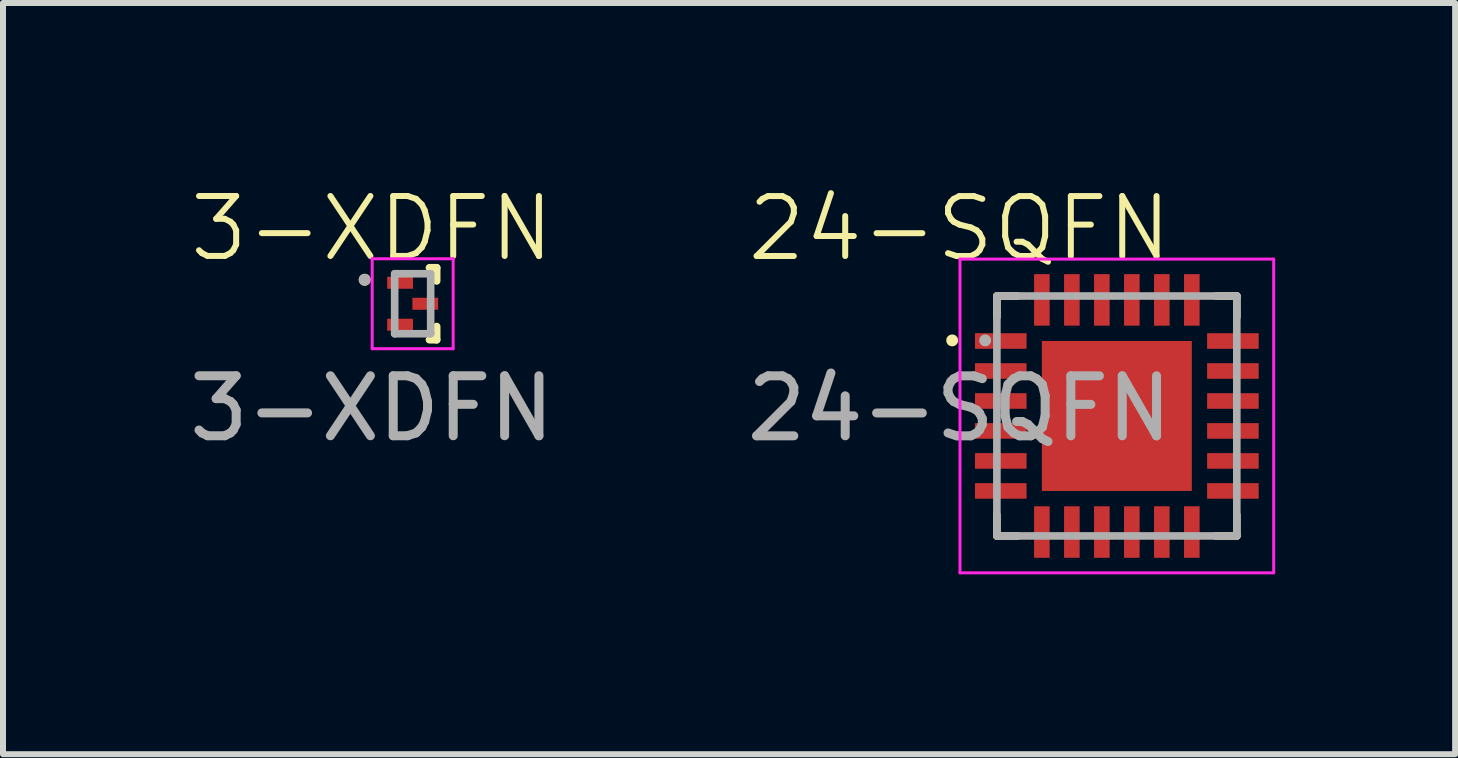
<source format=kicad_pcb>
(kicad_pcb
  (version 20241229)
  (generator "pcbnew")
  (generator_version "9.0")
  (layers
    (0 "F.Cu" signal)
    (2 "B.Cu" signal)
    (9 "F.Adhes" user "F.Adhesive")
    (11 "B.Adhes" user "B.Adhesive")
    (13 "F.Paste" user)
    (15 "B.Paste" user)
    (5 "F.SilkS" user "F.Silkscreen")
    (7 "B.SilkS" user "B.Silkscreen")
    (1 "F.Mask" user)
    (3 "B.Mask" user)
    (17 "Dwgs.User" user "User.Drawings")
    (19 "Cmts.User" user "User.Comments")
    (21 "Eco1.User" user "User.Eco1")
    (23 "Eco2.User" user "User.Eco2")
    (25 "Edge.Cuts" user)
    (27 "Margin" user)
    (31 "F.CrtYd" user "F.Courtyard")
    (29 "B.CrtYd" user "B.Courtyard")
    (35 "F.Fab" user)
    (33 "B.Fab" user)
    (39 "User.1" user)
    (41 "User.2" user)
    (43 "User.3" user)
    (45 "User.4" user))
  (footprint "24-SQFN"
    (layer "F.Cu")
    (at 15.57 3.885)
    (property "Reference" "24-SQFN" (at -2.624 -3.124 0) (unlocked yes) (layer "F.SilkS") (effects (font (size 1 1) (thickness 0.1))))
    (attr smd)
    (fp_line (start -2 -2) (end -2 -1.65) (stroke (width 0.127) (type solid)) (layer "F.SilkS"))
    (fp_line (start -2 -2) (end -1.65 -2) (stroke (width 0.127) (type solid)) (layer "F.SilkS"))
    (fp_line (start -2 2) (end -2 1.65) (stroke (width 0.127) (type solid)) (layer "F.SilkS"))
    (fp_line (start -2 2) (end -1.65 2) (stroke (width 0.127) (type solid)) (layer "F.SilkS"))
    (fp_line (start 2 -2) (end 1.65 -2) (stroke (width 0.127) (type solid)) (layer "F.SilkS"))
    (fp_line (start 2 -2) (end 2 -1.65) (stroke (width 0.127) (type solid)) (layer "F.SilkS"))
    (fp_line (start 2 2) (end 1.65 2) (stroke (width 0.127) (type solid)) (layer "F.SilkS"))
    (fp_line (start 2 2) (end 2 1.65) (stroke (width 0.127) (type solid)) (layer "F.SilkS"))
    (fp_circle (center -2.745 -1.26) (end -2.695 -1.26) (stroke (width 0.1) (type solid)) (fill no) (layer "F.SilkS"))
    (fp_poly (pts (xy -1.092 0.17) (xy -0.17 0.17) (xy -0.17 1.092) (xy -1.092 1.092)) (stroke (width 0.01) (type solid)) (fill yes) (layer "F.Paste"))
    (fp_poly (pts (xy -1.091 -1.09) (xy -0.17 -1.09) (xy -0.17 -0.17) (xy -1.091 -0.17)) (stroke (width 0.01) (type solid)) (fill yes) (layer "F.Paste"))
    (fp_poly (pts (xy 0.17 0.17) (xy 1.09 0.17) (xy 1.09 1.09) (xy 0.17 1.09)) (stroke (width 0.01) (type solid)) (fill yes) (layer "F.Paste"))
    (fp_poly (pts (xy 0.17 -1.09) (xy 1.09 -1.09) (xy 1.09 -0.17) (xy 0.17 -0.17)) (stroke (width 0.01) (type solid)) (fill yes) (layer "F.Paste"))
    (fp_line (start -2.615 -2.615) (end 2.615 -2.615) (stroke (width 0.05) (type solid)) (layer "F.CrtYd"))
    (fp_line (start -2.615 2.615) (end -2.615 -2.615) (stroke (width 0.05) (type solid)) (layer "F.CrtYd"))
    (fp_line (start -2.615 2.615) (end 2.615 2.615) (stroke (width 0.05) (type solid)) (layer "F.CrtYd"))
    (fp_line (start 2.615 2.615) (end 2.615 -2.615) (stroke (width 0.05) (type solid)) (layer "F.CrtYd"))
    (fp_line (start -2 2) (end -2 -2) (stroke (width 0.127) (type solid)) (layer "F.Fab"))
    (fp_line (start 2 -2) (end -2 -2) (stroke (width 0.127) (type solid)) (layer "F.Fab"))
    (fp_line (start 2 2) (end -2 2) (stroke (width 0.127) (type solid)) (layer "F.Fab"))
    (fp_line (start 2 2) (end 2 -2) (stroke (width 0.127) (type solid)) (layer "F.Fab"))
    (fp_circle (center -2.195 -1.26) (end -2.145 -1.26) (stroke (width 0.1) (type solid)) (fill no) (layer "F.Fab"))
    (fp_text user "${REFERENCE}" (at -2.624 -0.124 0) (unlocked yes) (layer "F.Fab") (effects (font (size 1 1) (thickness 0.15))))
    (pad "1" smd roundrect (at -1.935 -1.25) (size 0.86 0.26) (layers "F.Cu" "F.Mask" "F.Paste") (roundrect_rratio 0.01))
    (pad "2" smd roundrect (at -1.935 -0.75) (size 0.86 0.26) (layers "F.Cu" "F.Mask" "F.Paste") (roundrect_rratio 0.01))
    (pad "3" smd roundrect (at -1.935 -0.25) (size 0.86 0.26) (layers "F.Cu" "F.Mask" "F.Paste") (roundrect_rratio 0.01))
    (pad "4" smd roundrect (at -1.935 0.25) (size 0.86 0.26) (layers "F.Cu" "F.Mask" "F.Paste") (roundrect_rratio 0.01))
    (pad "5" smd roundrect (at -1.935 0.75) (size 0.86 0.26) (layers "F.Cu" "F.Mask" "F.Paste") (roundrect_rratio 0.01))
    (pad "6" smd roundrect (at -1.935 1.25) (size 0.86 0.26) (layers "F.Cu" "F.Mask" "F.Paste") (roundrect_rratio 0.01))
    (pad "7" smd roundrect (at -1.25 1.935 90) (size 0.86 0.26) (layers "F.Cu" "F.Mask" "F.Paste") (roundrect_rratio 0.01))
    (pad "8" smd roundrect (at -0.75 1.935 90) (size 0.86 0.26) (layers "F.Cu" "F.Mask" "F.Paste") (roundrect_rratio 0.01))
    (pad "9" smd roundrect (at -0.25 1.935 90) (size 0.86 0.26) (layers "F.Cu" "F.Mask" "F.Paste") (roundrect_rratio 0.01))
    (pad "10" smd roundrect (at 0.25 1.935 90) (size 0.86 0.26) (layers "F.Cu" "F.Mask" "F.Paste") (roundrect_rratio 0.01))
    (pad "11" smd roundrect (at 0.75 1.935 90) (size 0.86 0.26) (layers "F.Cu" "F.Mask" "F.Paste") (roundrect_rratio 0.01))
    (pad "12" smd roundrect (at 1.25 1.935 90) (size 0.86 0.26) (layers "F.Cu" "F.Mask" "F.Paste") (roundrect_rratio 0.01))
    (pad "13" smd roundrect (at 1.935 1.25) (size 0.86 0.26) (layers "F.Cu" "F.Mask" "F.Paste") (roundrect_rratio 0.01))
    (pad "14" smd roundrect (at 1.935 0.75) (size 0.86 0.26) (layers "F.Cu" "F.Mask" "F.Paste") (roundrect_rratio 0.01))
    (pad "15" smd roundrect (at 1.935 0.25) (size 0.86 0.26) (layers "F.Cu" "F.Mask" "F.Paste") (roundrect_rratio 0.01))
    (pad "16" smd roundrect (at 1.935 -0.25) (size 0.86 0.26) (layers "F.Cu" "F.Mask" "F.Paste") (roundrect_rratio 0.01))
    (pad "17" smd roundrect (at 1.935 -0.75) (size 0.86 0.26) (layers "F.Cu" "F.Mask" "F.Paste") (roundrect_rratio 0.01))
    (pad "18" smd roundrect (at 1.935 -1.25) (size 0.86 0.26) (layers "F.Cu" "F.Mask" "F.Paste") (roundrect_rratio 0.01))
    (pad "19" smd roundrect (at 1.25 -1.935 90) (size 0.86 0.26) (layers "F.Cu" "F.Mask" "F.Paste") (roundrect_rratio 0.01))
    (pad "20" smd roundrect (at 0.75 -1.935 90) (size 0.86 0.26) (layers "F.Cu" "F.Mask" "F.Paste") (roundrect_rratio 0.01))
    (pad "21" smd roundrect (at 0.25 -1.935 90) (size 0.86 0.26) (layers "F.Cu" "F.Mask" "F.Paste") (roundrect_rratio 0.01))
    (pad "22" smd roundrect (at -0.25 -1.935 90) (size 0.86 0.26) (layers "F.Cu" "F.Mask" "F.Paste") (roundrect_rratio 0.01))
    (pad "23" smd roundrect (at -0.75 -1.935 90) (size 0.86 0.26) (layers "F.Cu" "F.Mask" "F.Paste") (roundrect_rratio 0.01))
    (pad "24" smd roundrect (at -1.25 -1.935 90) (size 0.86 0.26) (layers "F.Cu" "F.Mask" "F.Paste") (roundrect_rratio 0.01))
    (pad "25" smd rect (at 0 0) (size 2.5 2.5) (layers "F.Cu" "F.Mask")))
  (footprint "3-XDFN"
    (layer "F.Cu")
    (at 3.825 2.014)
    (property "Reference" "3-XDFN" (at -0.676 -1.254 0) (unlocked yes) (layer "F.SilkS") (effects (font (size 1 1) (thickness 0.1))))
    (attr smd)
    (fp_line (start 0.405 -0.6) (end 0.285 -0.6) (stroke (width 0.127) (type solid)) (layer "F.SilkS"))
    (fp_line (start 0.405 -0.38) (end 0.405 -0.6) (stroke (width 0.127) (type solid)) (layer "F.SilkS"))
    (fp_line (start 0.405 0.38) (end 0.405 0.6) (stroke (width 0.127) (type solid)) (layer "F.SilkS"))
    (fp_line (start 0.405 0.6) (end 0.285 0.6) (stroke (width 0.127) (type solid)) (layer "F.SilkS"))
    (fp_circle (center -0.795 -0.4) (end -0.745 -0.4) (stroke (width 0.1) (type solid)) (fill no) (layer "F.SilkS"))
    (fp_poly (pts (xy -0.44 0.46) (xy -0.44 0.24) (xy 0.04 0.24) (xy 0.04 0.46)) (stroke (width 0.01) (type solid)) (fill yes) (layer "F.Paste"))
    (fp_poly (pts (xy -0.436 -0.24) (xy -0.436 -0.461) (xy 0.044 -0.461) (xy 0.044 -0.24)) (stroke (width 0.01) (type solid)) (fill yes) (layer "F.Paste"))
    (fp_poly (pts (xy -0.03 0.11) (xy -0.03 -0.11) (xy 0.45 -0.11) (xy 0.45 0.11)) (stroke (width 0.01) (type solid)) (fill yes) (layer "F.Paste"))
    (fp_line (start -0.67 -0.75) (end 0.68 -0.75) (stroke (width 0.05) (type solid)) (layer "F.CrtYd"))
    (fp_line (start -0.67 0.75) (end -0.67 -0.75) (stroke (width 0.05) (type solid)) (layer "F.CrtYd"))
    (fp_line (start 0.68 -0.75) (end 0.68 0.75) (stroke (width 0.05) (type solid)) (layer "F.CrtYd"))
    (fp_line (start 0.68 0.75) (end -0.67 0.75) (stroke (width 0.05) (type solid)) (layer "F.CrtYd"))
    (fp_line (start -0.295 -0.5) (end 0.305 -0.5) (stroke (width 0.127) (type solid)) (layer "F.Fab"))
    (fp_line (start -0.295 0.5) (end -0.295 -0.5) (stroke (width 0.127) (type solid)) (layer "F.Fab"))
    (fp_line (start 0.305 -0.5) (end 0.305 0.5) (stroke (width 0.127) (type solid)) (layer "F.Fab"))
    (fp_line (start 0.305 0.5) (end -0.295 0.5) (stroke (width 0.127) (type solid)) (layer "F.Fab"))
    (fp_circle (center -0.795 -0.4) (end -0.745 -0.4) (stroke (width 0.1) (type solid)) (fill no) (layer "F.Fab"))
    (fp_text user "${REFERENCE}" (at -0.676 1.746 0) (unlocked yes) (layer "F.Fab") (effects (font (size 1 1) (thickness 0.15))))
    (pad "1" smd rect (at -0.205 -0.35) (size 0.43 0.2) (layers "F.Cu" "F.Mask"))
    (pad "2" smd rect (at -0.205 0.35) (size 0.43 0.2) (layers "F.Cu" "F.Mask"))
    (pad "3" smd rect (at 0.215 0) (size 0.43 0.2) (layers "F.Cu" "F.Mask")))
  (gr_rect
    (start -3 -3)
    (end 21.21 9.524)
    (stroke (width 0.1) (type default))
    (fill no)
    (layer "Edge.Cuts")))
</source>
